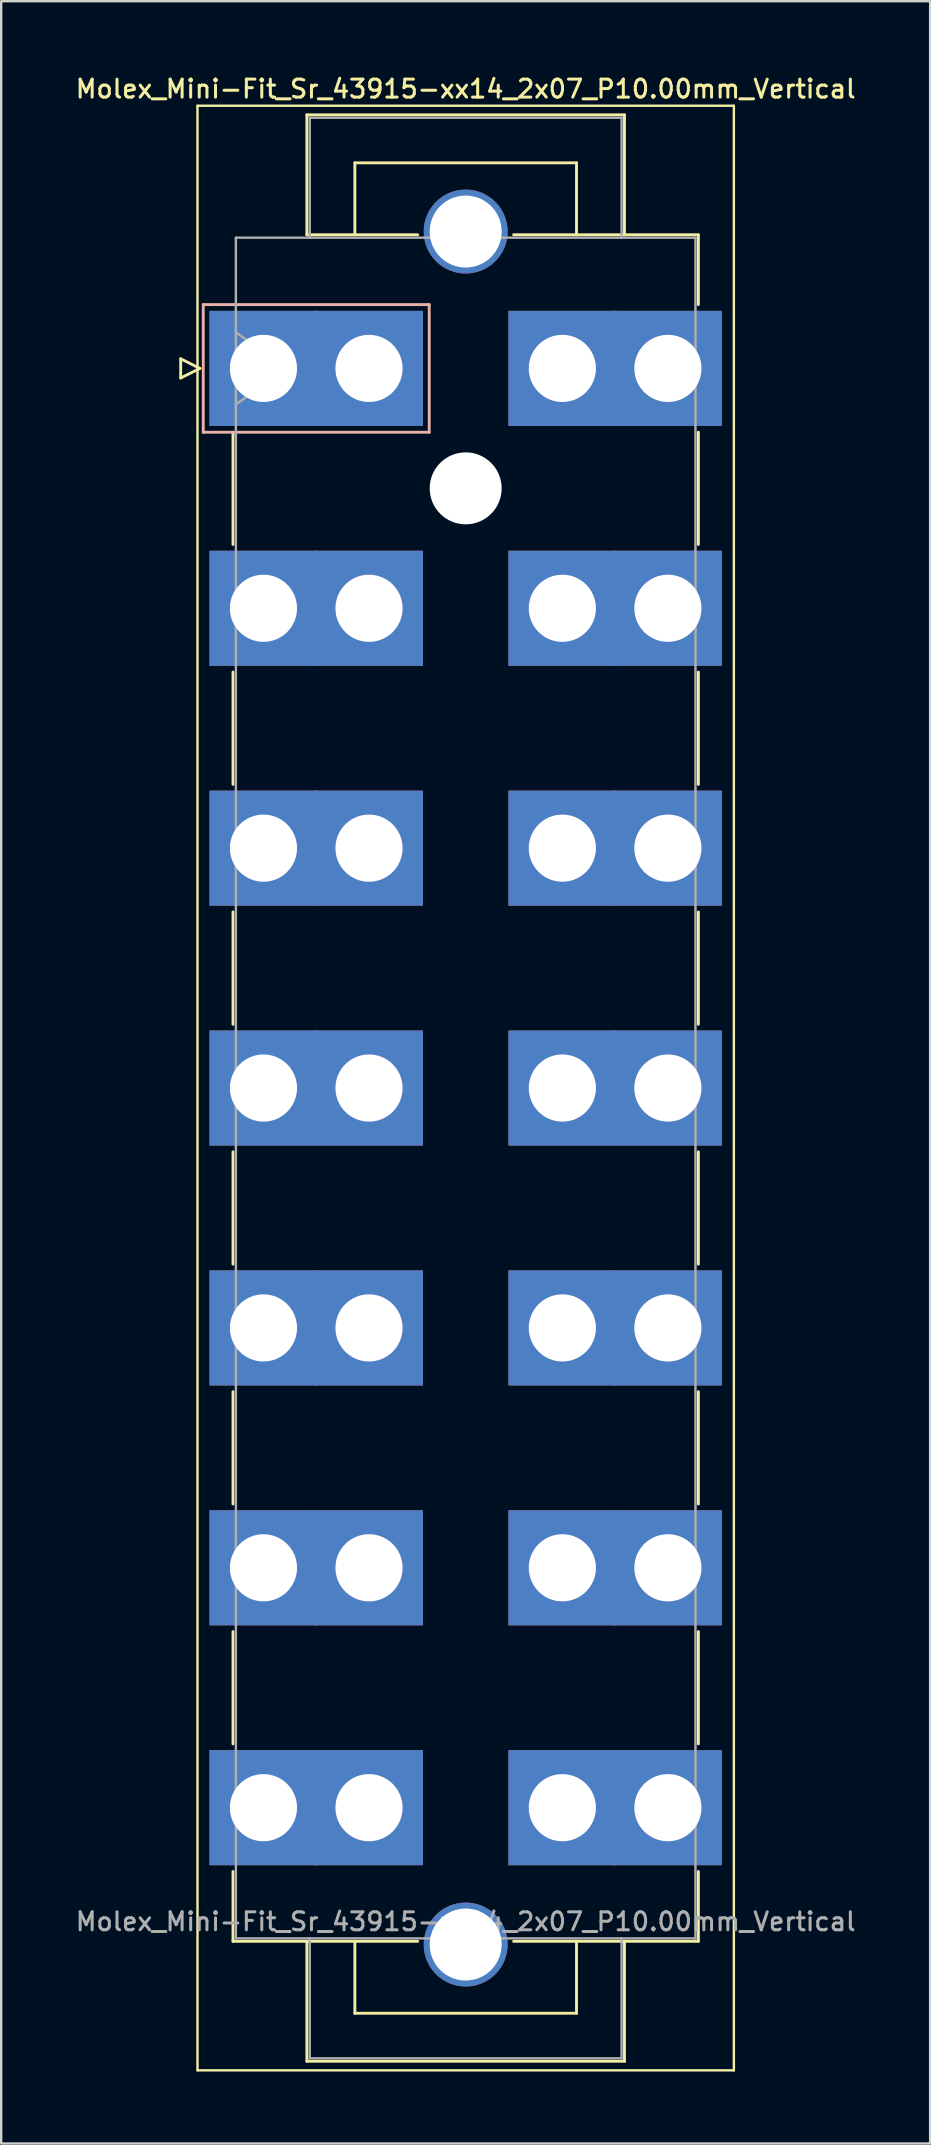
<source format=kicad_pcb>
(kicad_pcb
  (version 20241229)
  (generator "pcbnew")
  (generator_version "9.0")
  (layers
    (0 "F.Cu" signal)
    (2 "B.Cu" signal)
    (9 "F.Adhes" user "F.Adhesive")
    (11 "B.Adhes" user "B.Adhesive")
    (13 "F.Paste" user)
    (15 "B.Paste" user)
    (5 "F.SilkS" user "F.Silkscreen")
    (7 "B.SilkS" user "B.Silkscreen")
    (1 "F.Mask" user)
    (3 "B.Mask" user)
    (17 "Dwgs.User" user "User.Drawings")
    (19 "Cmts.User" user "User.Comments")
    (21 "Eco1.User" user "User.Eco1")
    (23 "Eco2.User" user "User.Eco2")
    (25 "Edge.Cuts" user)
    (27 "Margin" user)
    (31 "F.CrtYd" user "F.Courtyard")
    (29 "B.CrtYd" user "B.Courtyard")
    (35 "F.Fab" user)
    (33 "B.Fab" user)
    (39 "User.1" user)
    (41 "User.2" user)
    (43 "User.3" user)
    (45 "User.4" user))
  (footprint "Molex_Mini-Fit_Sr_43915-xx14_2x07_P10.00mm_Vertical"
    (layer "F.Cu")
    (at 7.933 12.308)
    (property "Reference" "Molex_Mini-Fit_Sr_43915-xx14_2x07_P10.00mm_Vertical" (at 8.43 -11.65 0) (layer "F.SilkS") (effects (font (size 0.75 0.75) (thickness 0.125))))
    (attr through_hole)
    (fp_line (start -3.45 -0.4) (end -3.45 0.4) (stroke (width 0.12) (type solid)) (layer "F.SilkS"))
    (fp_line (start -3.45 0.4) (end -2.65 0) (stroke (width 0.12) (type solid)) (layer "F.SilkS"))
    (fp_line (start -2.75 -10.95) (end -2.75 70.95) (stroke (width 0.1) (type solid)) (layer "F.SilkS"))
    (fp_line (start -2.75 70.95) (end 19.61 70.95) (stroke (width 0.1) (type solid)) (layer "F.SilkS"))
    (fp_line (start -2.65 0) (end -3.45 -0.4) (stroke (width 0.12) (type solid)) (layer "F.SilkS"))
    (fp_line (start -1.27 2.66) (end -1.27 7.34) (stroke (width 0.12) (type solid)) (layer "F.SilkS"))
    (fp_line (start -1.27 12.66) (end -1.27 17.34) (stroke (width 0.12) (type solid)) (layer "F.SilkS"))
    (fp_line (start -1.27 22.66) (end -1.27 27.34) (stroke (width 0.12) (type solid)) (layer "F.SilkS"))
    (fp_line (start -1.27 32.66) (end -1.27 37.34) (stroke (width 0.12) (type solid)) (layer "F.SilkS"))
    (fp_line (start -1.27 42.66) (end -1.27 47.34) (stroke (width 0.12) (type solid)) (layer "F.SilkS"))
    (fp_line (start -1.27 52.66) (end -1.27 57.34) (stroke (width 0.12) (type solid)) (layer "F.SilkS"))
    (fp_line (start -1.27 62.66) (end -1.27 65.57) (stroke (width 0.12) (type solid)) (layer "F.SilkS"))
    (fp_line (start -1.27 65.57) (end 6.43 65.57) (stroke (width 0.12) (type solid)) (layer "F.SilkS"))
    (fp_line (start 1.81 -10.57) (end 15.05 -10.57) (stroke (width 0.12) (type solid)) (layer "F.SilkS"))
    (fp_line (start 1.81 -5.57) (end 1.81 -10.57) (stroke (width 0.12) (type solid)) (layer "F.SilkS"))
    (fp_line (start 1.81 65.57) (end 1.81 70.57) (stroke (width 0.12) (type solid)) (layer "F.SilkS"))
    (fp_line (start 1.81 70.57) (end 15.05 70.57) (stroke (width 0.12) (type solid)) (layer "F.SilkS"))
    (fp_line (start 3.81 -8.57) (end 13.05 -8.57) (stroke (width 0.12) (type solid)) (layer "F.SilkS"))
    (fp_line (start 3.81 -5.57) (end 3.81 -8.57) (stroke (width 0.12) (type solid)) (layer "F.SilkS"))
    (fp_line (start 3.81 65.57) (end 3.81 68.57) (stroke (width 0.12) (type solid)) (layer "F.SilkS"))
    (fp_line (start 3.81 68.57) (end 13.05 68.57) (stroke (width 0.12) (type solid)) (layer "F.SilkS"))
    (fp_line (start 6.43 -5.57) (end 1.81 -5.57) (stroke (width 0.12) (type solid)) (layer "F.SilkS"))
    (fp_line (start 13.05 -8.57) (end 13.05 -5.57) (stroke (width 0.12) (type solid)) (layer "F.SilkS"))
    (fp_line (start 13.05 68.57) (end 13.05 65.57) (stroke (width 0.12) (type solid)) (layer "F.SilkS"))
    (fp_line (start 15.05 -10.57) (end 15.05 -5.57) (stroke (width 0.12) (type solid)) (layer "F.SilkS"))
    (fp_line (start 15.05 70.57) (end 15.05 65.57) (stroke (width 0.12) (type solid)) (layer "F.SilkS"))
    (fp_line (start 18.13 -5.57) (end 10.43 -5.57) (stroke (width 0.12) (type solid)) (layer "F.SilkS"))
    (fp_line (start 18.13 -2.66) (end 18.13 -5.57) (stroke (width 0.12) (type solid)) (layer "F.SilkS"))
    (fp_line (start 18.13 2.66) (end 18.13 7.34) (stroke (width 0.12) (type solid)) (layer "F.SilkS"))
    (fp_line (start 18.13 12.66) (end 18.13 17.34) (stroke (width 0.12) (type solid)) (layer "F.SilkS"))
    (fp_line (start 18.13 22.66) (end 18.13 27.34) (stroke (width 0.12) (type solid)) (layer "F.SilkS"))
    (fp_line (start 18.13 32.66) (end 18.13 37.34) (stroke (width 0.12) (type solid)) (layer "F.SilkS"))
    (fp_line (start 18.13 42.66) (end 18.13 47.34) (stroke (width 0.12) (type solid)) (layer "F.SilkS"))
    (fp_line (start 18.13 52.66) (end 18.13 57.34) (stroke (width 0.12) (type solid)) (layer "F.SilkS"))
    (fp_line (start 18.13 62.66) (end 18.13 65.57) (stroke (width 0.12) (type solid)) (layer "F.SilkS"))
    (fp_line (start 18.13 65.57) (end 10.43 65.57) (stroke (width 0.12) (type solid)) (layer "F.SilkS"))
    (fp_line (start 19.61 -10.95) (end -2.75 -10.95) (stroke (width 0.1) (type solid)) (layer "F.SilkS"))
    (fp_line (start 19.61 70.95) (end 19.61 -10.95) (stroke (width 0.1) (type solid)) (layer "F.SilkS"))
    (fp_line (start -2.51 -2.66) (end -2.51 2.66) (stroke (width 0.12) (type solid)) (layer "B.SilkS"))
    (fp_line (start -2.51 2.66) (end 6.91 2.66) (stroke (width 0.12) (type solid)) (layer "B.SilkS"))
    (fp_line (start 6.91 -2.66) (end -2.51 -2.66) (stroke (width 0.12) (type solid)) (layer "B.SilkS"))
    (fp_line (start 6.91 2.66) (end 6.91 -2.66) (stroke (width 0.12) (type solid)) (layer "B.SilkS"))
    (fp_line (start -1.15 -5.45) (end -1.15 65.45) (stroke (width 0.1) (type solid)) (layer "F.Fab"))
    (fp_line (start -1.15 -1.5) (end 0.971 0) (stroke (width 0.1) (type solid)) (layer "F.Fab"))
    (fp_line (start -1.15 65.45) (end 18.01 65.45) (stroke (width 0.1) (type solid)) (layer "F.Fab"))
    (fp_line (start 0.971 0) (end -1.15 1.5) (stroke (width 0.1) (type solid)) (layer "F.Fab"))
    (fp_line (start 1.93 -10.45) (end 14.93 -10.45) (stroke (width 0.1) (type solid)) (layer "F.Fab"))
    (fp_line (start 1.93 -5.45) (end 1.93 -10.45) (stroke (width 0.1) (type solid)) (layer "F.Fab"))
    (fp_line (start 1.93 65.45) (end 1.93 70.45) (stroke (width 0.1) (type solid)) (layer "F.Fab"))
    (fp_line (start 1.93 70.45) (end 14.93 70.45) (stroke (width 0.1) (type solid)) (layer "F.Fab"))
    (fp_line (start 14.93 -10.45) (end 14.93 -5.45) (stroke (width 0.1) (type solid)) (layer "F.Fab"))
    (fp_line (start 14.93 70.45) (end 14.93 65.45) (stroke (width 0.1) (type solid)) (layer "F.Fab"))
    (fp_line (start 18.01 -5.45) (end -1.15 -5.45) (stroke (width 0.1) (type solid)) (layer "F.Fab"))
    (fp_line (start 18.01 65.45) (end 18.01 -5.45) (stroke (width 0.1) (type solid)) (layer "F.Fab"))
    (fp_text user "${REFERENCE}" (at 8.43 64.75 0) (layer "F.Fab") (effects (font (size 0.75 0.75) (thickness 0.125))))
    (pad "" thru_hole circle (at 8.43 -5.705) (size 3.5 3.5) (drill 3) (layers "*.Cu" "*.Mask"))
    (pad "" np_thru_hole circle (at 8.43 5) (size 3 3) (drill 3) (layers "*.Cu" "*.Mask"))
    (pad "" thru_hole circle (at 8.43 65.705) (size 3.5 3.5) (drill 3) (layers "*.Cu" "*.Mask"))
    (pad "1" thru_hole rect (at 0 0) (size 4.5 4.8) (drill 2.8) (layers "*.Cu" "*.Mask"))
    (pad "1" thru_hole rect (at 4.4 0) (size 4.5 4.8) (drill 2.8) (layers "*.Cu" "*.Mask"))
    (pad "2" thru_hole rect (at 0 10) (size 4.5 4.8) (drill 2.8) (layers "*.Cu" "*.Mask"))
    (pad "2" thru_hole rect (at 4.4 10) (size 4.5 4.8) (drill 2.8) (layers "*.Cu" "*.Mask"))
    (pad "3" thru_hole rect (at 0 20) (size 4.5 4.8) (drill 2.8) (layers "*.Cu" "*.Mask"))
    (pad "3" thru_hole rect (at 4.4 20) (size 4.5 4.8) (drill 2.8) (layers "*.Cu" "*.Mask"))
    (pad "4" thru_hole rect (at 0 30) (size 4.5 4.8) (drill 2.8) (layers "*.Cu" "*.Mask"))
    (pad "4" thru_hole rect (at 4.4 30) (size 4.5 4.8) (drill 2.8) (layers "*.Cu" "*.Mask"))
    (pad "5" thru_hole rect (at 0 40) (size 4.5 4.8) (drill 2.8) (layers "*.Cu" "*.Mask"))
    (pad "5" thru_hole rect (at 4.4 40) (size 4.5 4.8) (drill 2.8) (layers "*.Cu" "*.Mask"))
    (pad "6" thru_hole rect (at 0 50) (size 4.5 4.8) (drill 2.8) (layers "*.Cu" "*.Mask"))
    (pad "6" thru_hole rect (at 4.4 50) (size 4.5 4.8) (drill 2.8) (layers "*.Cu" "*.Mask"))
    (pad "7" thru_hole rect (at 0 60) (size 4.5 4.8) (drill 2.8) (layers "*.Cu" "*.Mask"))
    (pad "7" thru_hole rect (at 4.4 60) (size 4.5 4.8) (drill 2.8) (layers "*.Cu" "*.Mask"))
    (pad "8" thru_hole rect (at 12.46 0) (size 4.5 4.8) (drill 2.8) (layers "*.Cu" "*.Mask"))
    (pad "8" thru_hole rect (at 16.86 0) (size 4.5 4.8) (drill 2.8) (layers "*.Cu" "*.Mask"))
    (pad "9" thru_hole rect (at 12.46 10) (size 4.5 4.8) (drill 2.8) (layers "*.Cu" "*.Mask"))
    (pad "9" thru_hole rect (at 16.86 10) (size 4.5 4.8) (drill 2.8) (layers "*.Cu" "*.Mask"))
    (pad "10" thru_hole rect (at 12.46 20) (size 4.5 4.8) (drill 2.8) (layers "*.Cu" "*.Mask"))
    (pad "10" thru_hole rect (at 16.86 20) (size 4.5 4.8) (drill 2.8) (layers "*.Cu" "*.Mask"))
    (pad "11" thru_hole rect (at 12.46 30) (size 4.5 4.8) (drill 2.8) (layers "*.Cu" "*.Mask"))
    (pad "11" thru_hole rect (at 16.86 30) (size 4.5 4.8) (drill 2.8) (layers "*.Cu" "*.Mask"))
    (pad "12" thru_hole rect (at 12.46 40) (size 4.5 4.8) (drill 2.8) (layers "*.Cu" "*.Mask"))
    (pad "12" thru_hole rect (at 16.86 40) (size 4.5 4.8) (drill 2.8) (layers "*.Cu" "*.Mask"))
    (pad "13" thru_hole rect (at 12.46 50) (size 4.5 4.8) (drill 2.8) (layers "*.Cu" "*.Mask"))
    (pad "13" thru_hole rect (at 16.86 50) (size 4.5 4.8) (drill 2.8) (layers "*.Cu" "*.Mask"))
    (pad "14" thru_hole rect (at 12.46 60) (size 4.5 4.8) (drill 2.8) (layers "*.Cu" "*.Mask"))
    (pad "14" thru_hole rect (at 16.86 60) (size 4.5 4.8) (drill 2.8) (layers "*.Cu" "*.Mask")))
  (gr_rect
    (start -3 -3)
    (end 35.725 86.308)
    (stroke (width 0.1) (type default))
    (fill no)
    (layer "Edge.Cuts")))
</source>
